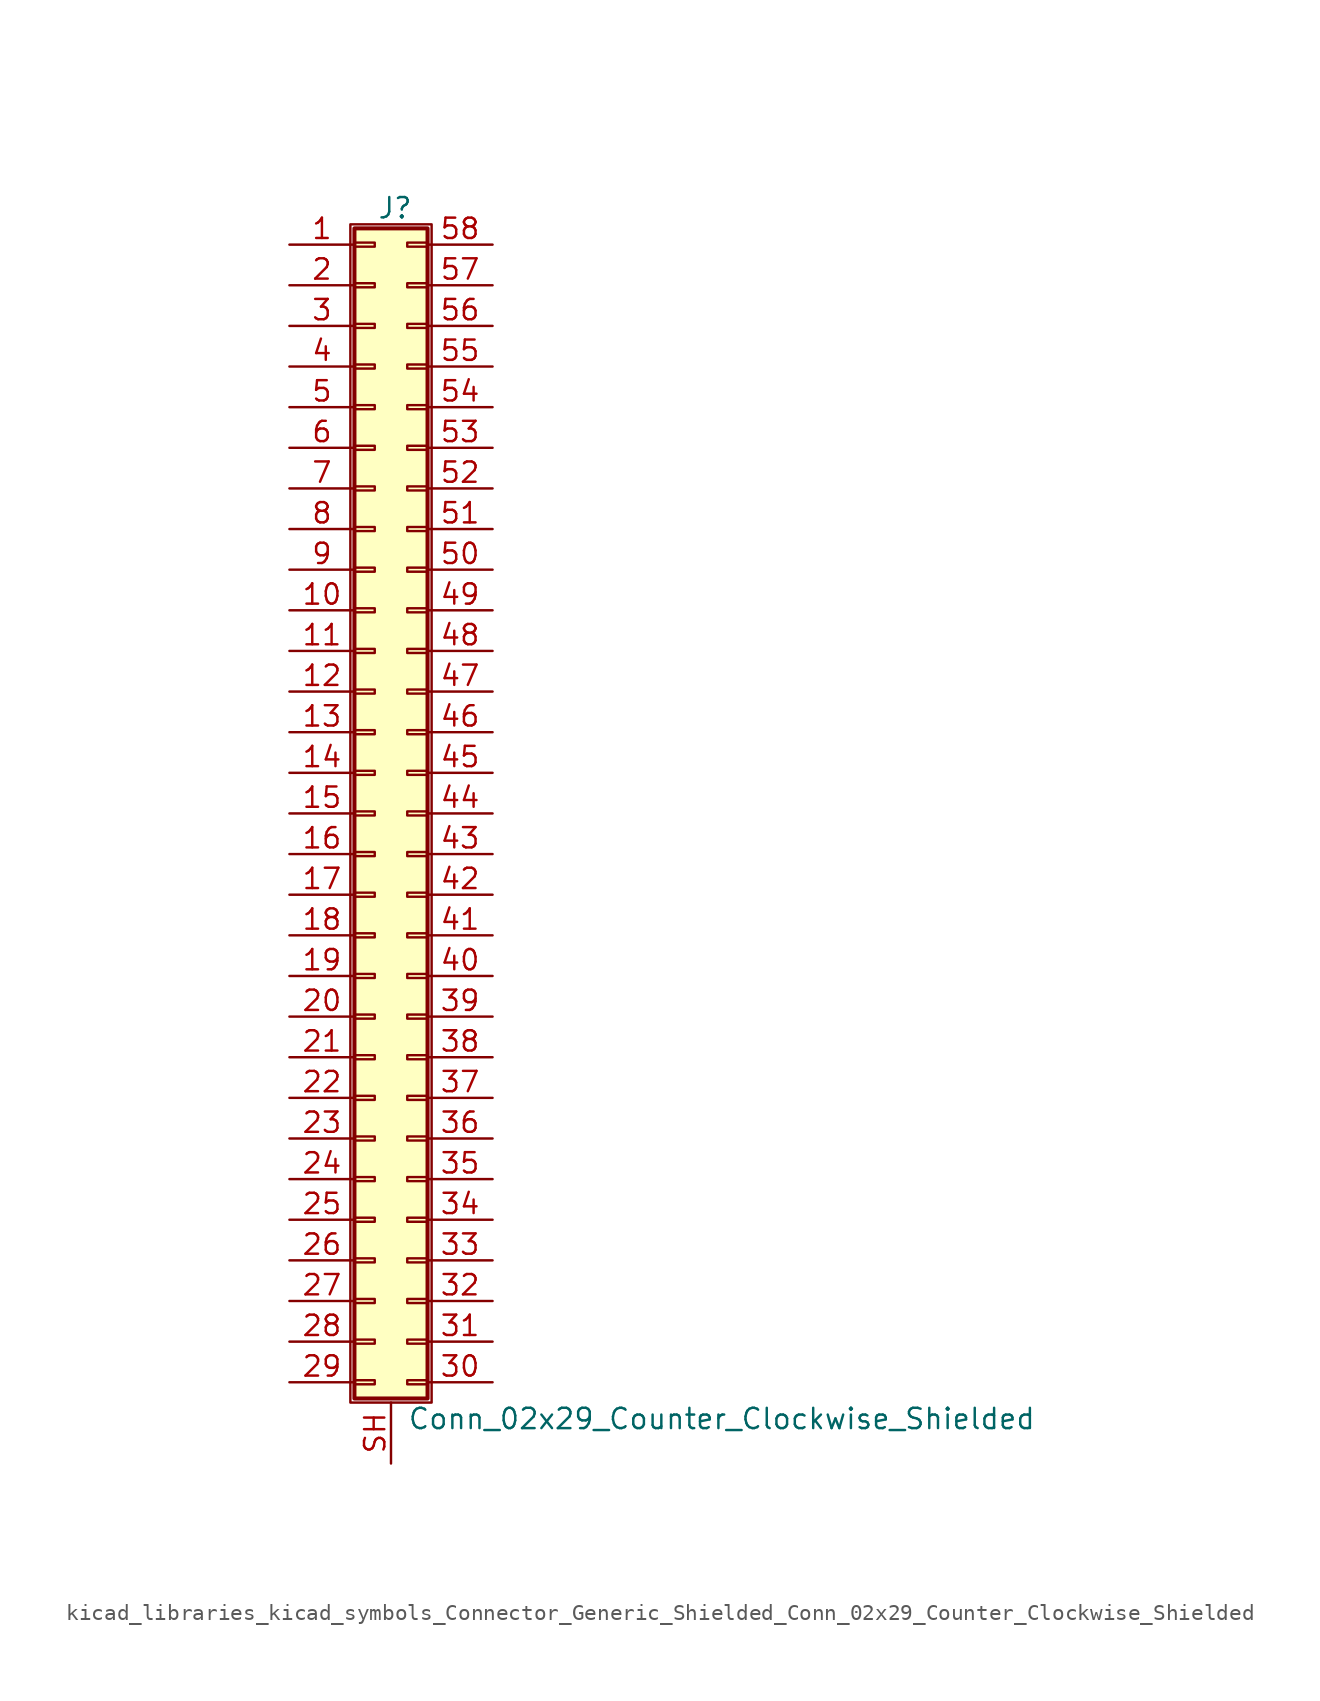
<source format=kicad_sym>
(kicad_symbol_lib
  (version 20220914)
  (generator kicad_symbol_editor)
  (symbol "kicad_libraries_kicad_symbols_Connector_Generic_Shielded_Conn_02x29_Counter_Clockwise_Shielded"
    (pin_names
      (offset 1.016) hide)
    (property "Reference" "J"
      (at 1.524 37.846 0)
      (effects (font (size 1.27 1.27))))
    (property "Value" "Conn_02x29_Counter_Clockwise_Shielded"
      (at 2.286 -37.846 0)
      (effects (font (size 1.27 1.27)) (justify left)))
    (symbol "kicad_libraries_kicad_symbols_Connector_Generic_Shielded_Conn_02x29_Counter_Clockwise_Shielded_1_1"
      (rectangle (start -1.27 36.83) (end 3.81 -36.83) (stroke (width 0.152) (type default)) (fill (type none)))
      (rectangle (start -1.016 -35.433) (end 0.254 -35.687) (stroke (width 0.152) (type default)) (fill (type none)))
      (rectangle (start -1.016 -32.893) (end 0.254 -33.147) (stroke (width 0.152) (type default)) (fill (type none)))
      (rectangle (start -1.016 -30.353) (end 0.254 -30.607) (stroke (width 0.152) (type default)) (fill (type none)))
      (rectangle (start -1.016 -27.813) (end 0.254 -28.067) (stroke (width 0.152) (type default)) (fill (type none)))
      (rectangle (start -1.016 -25.273) (end 0.254 -25.527) (stroke (width 0.152) (type default)) (fill (type none)))
      (rectangle (start -1.016 -22.733) (end 0.254 -22.987) (stroke (width 0.152) (type default)) (fill (type none)))
      (rectangle (start -1.016 -20.193) (end 0.254 -20.447) (stroke (width 0.152) (type default)) (fill (type none)))
      (rectangle (start -1.016 -17.653) (end 0.254 -17.907) (stroke (width 0.152) (type default)) (fill (type none)))
      (rectangle (start -1.016 -15.113) (end 0.254 -15.367) (stroke (width 0.152) (type default)) (fill (type none)))
      (rectangle (start -1.016 -12.573) (end 0.254 -12.827) (stroke (width 0.152) (type default)) (fill (type none)))
      (rectangle (start -1.016 -10.033) (end 0.254 -10.287) (stroke (width 0.152) (type default)) (fill (type none)))
      (rectangle (start -1.016 -7.493) (end 0.254 -7.747) (stroke (width 0.152) (type default)) (fill (type none)))
      (rectangle (start -1.016 -4.953) (end 0.254 -5.207) (stroke (width 0.152) (type default)) (fill (type none)))
      (rectangle (start -1.016 -2.413) (end 0.254 -2.667) (stroke (width 0.152) (type default)) (fill (type none)))
      (rectangle (start -1.016 0.127) (end 0.254 -0.127) (stroke (width 0.152) (type default)) (fill (type none)))
      (rectangle (start -1.016 2.667) (end 0.254 2.413) (stroke (width 0.152) (type default)) (fill (type none)))
      (rectangle (start -1.016 5.207) (end 0.254 4.953) (stroke (width 0.152) (type default)) (fill (type none)))
      (rectangle (start -1.016 7.747) (end 0.254 7.493) (stroke (width 0.152) (type default)) (fill (type none)))
      (rectangle (start -1.016 10.287) (end 0.254 10.033) (stroke (width 0.152) (type default)) (fill (type none)))
      (rectangle (start -1.016 12.827) (end 0.254 12.573) (stroke (width 0.152) (type default)) (fill (type none)))
      (rectangle (start -1.016 15.367) (end 0.254 15.113) (stroke (width 0.152) (type default)) (fill (type none)))
      (rectangle (start -1.016 17.907) (end 0.254 17.653) (stroke (width 0.152) (type default)) (fill (type none)))
      (rectangle (start -1.016 20.447) (end 0.254 20.193) (stroke (width 0.152) (type default)) (fill (type none)))
      (rectangle (start -1.016 22.987) (end 0.254 22.733) (stroke (width 0.152) (type default)) (fill (type none)))
      (rectangle (start -1.016 25.527) (end 0.254 25.273) (stroke (width 0.152) (type default)) (fill (type none)))
      (rectangle (start -1.016 28.067) (end 0.254 27.813) (stroke (width 0.152) (type default)) (fill (type none)))
      (rectangle (start -1.016 30.607) (end 0.254 30.353) (stroke (width 0.152) (type default)) (fill (type none)))
      (rectangle (start -1.016 33.147) (end 0.254 32.893) (stroke (width 0.152) (type default)) (fill (type none)))
      (rectangle (start -1.016 35.687) (end 0.254 35.433) (stroke (width 0.152) (type default)) (fill (type none)))
      (rectangle (start -1.016 36.576) (end 3.556 -36.576) (stroke (width 0.254) (type default)) (fill (type background)))
      (rectangle (start 3.556 -35.433) (end 2.286 -35.687) (stroke (width 0.152) (type default)) (fill (type none)))
      (rectangle (start 3.556 -32.893) (end 2.286 -33.147) (stroke (width 0.152) (type default)) (fill (type none)))
      (rectangle (start 3.556 -30.353) (end 2.286 -30.607) (stroke (width 0.152) (type default)) (fill (type none)))
      (rectangle (start 3.556 -27.813) (end 2.286 -28.067) (stroke (width 0.152) (type default)) (fill (type none)))
      (rectangle (start 3.556 -25.273) (end 2.286 -25.527) (stroke (width 0.152) (type default)) (fill (type none)))
      (rectangle (start 3.556 -22.733) (end 2.286 -22.987) (stroke (width 0.152) (type default)) (fill (type none)))
      (rectangle (start 3.556 -20.193) (end 2.286 -20.447) (stroke (width 0.152) (type default)) (fill (type none)))
      (rectangle (start 3.556 -17.653) (end 2.286 -17.907) (stroke (width 0.152) (type default)) (fill (type none)))
      (rectangle (start 3.556 -15.113) (end 2.286 -15.367) (stroke (width 0.152) (type default)) (fill (type none)))
      (rectangle (start 3.556 -12.573) (end 2.286 -12.827) (stroke (width 0.152) (type default)) (fill (type none)))
      (rectangle (start 3.556 -10.033) (end 2.286 -10.287) (stroke (width 0.152) (type default)) (fill (type none)))
      (rectangle (start 3.556 -7.493) (end 2.286 -7.747) (stroke (width 0.152) (type default)) (fill (type none)))
      (rectangle (start 3.556 -4.953) (end 2.286 -5.207) (stroke (width 0.152) (type default)) (fill (type none)))
      (rectangle (start 3.556 -2.413) (end 2.286 -2.667) (stroke (width 0.152) (type default)) (fill (type none)))
      (rectangle (start 3.556 0.127) (end 2.286 -0.127) (stroke (width 0.152) (type default)) (fill (type none)))
      (rectangle (start 3.556 2.667) (end 2.286 2.413) (stroke (width 0.152) (type default)) (fill (type none)))
      (rectangle (start 3.556 5.207) (end 2.286 4.953) (stroke (width 0.152) (type default)) (fill (type none)))
      (rectangle (start 3.556 7.747) (end 2.286 7.493) (stroke (width 0.152) (type default)) (fill (type none)))
      (rectangle (start 3.556 10.287) (end 2.286 10.033) (stroke (width 0.152) (type default)) (fill (type none)))
      (rectangle (start 3.556 12.827) (end 2.286 12.573) (stroke (width 0.152) (type default)) (fill (type none)))
      (rectangle (start 3.556 15.367) (end 2.286 15.113) (stroke (width 0.152) (type default)) (fill (type none)))
      (rectangle (start 3.556 17.907) (end 2.286 17.653) (stroke (width 0.152) (type default)) (fill (type none)))
      (rectangle (start 3.556 20.447) (end 2.286 20.193) (stroke (width 0.152) (type default)) (fill (type none)))
      (rectangle (start 3.556 22.987) (end 2.286 22.733) (stroke (width 0.152) (type default)) (fill (type none)))
      (rectangle (start 3.556 25.527) (end 2.286 25.273) (stroke (width 0.152) (type default)) (fill (type none)))
      (rectangle (start 3.556 28.067) (end 2.286 27.813) (stroke (width 0.152) (type default)) (fill (type none)))
      (rectangle (start 3.556 30.607) (end 2.286 30.353) (stroke (width 0.152) (type default)) (fill (type none)))
      (rectangle (start 3.556 33.147) (end 2.286 32.893) (stroke (width 0.152) (type default)) (fill (type none)))
      (rectangle (start 3.556 35.687) (end 2.286 35.433) (stroke (width 0.152) (type default)) (fill (type none)))
      (pin passive line (at -5.08 35.56 0) (length 4.064) (name "Pin_1" (effects (font (size 1.27 1.27)))) (number "1" (effects (font (size 1.27 1.27)))))
      (pin passive line (at -5.08 12.7 0) (length 4.064) (name "Pin_10" (effects (font (size 1.27 1.27)))) (number "10" (effects (font (size 1.27 1.27)))))
      (pin passive line (at -5.08 10.16 0) (length 4.064) (name "Pin_11" (effects (font (size 1.27 1.27)))) (number "11" (effects (font (size 1.27 1.27)))))
      (pin passive line (at -5.08 7.62 0) (length 4.064) (name "Pin_12" (effects (font (size 1.27 1.27)))) (number "12" (effects (font (size 1.27 1.27)))))
      (pin passive line (at -5.08 5.08 0) (length 4.064) (name "Pin_13" (effects (font (size 1.27 1.27)))) (number "13" (effects (font (size 1.27 1.27)))))
      (pin passive line (at -5.08 2.54 0) (length 4.064) (name "Pin_14" (effects (font (size 1.27 1.27)))) (number "14" (effects (font (size 1.27 1.27)))))
      (pin passive line (at -5.08 0 0) (length 4.064) (name "Pin_15" (effects (font (size 1.27 1.27)))) (number "15" (effects (font (size 1.27 1.27)))))
      (pin passive line (at -5.08 -2.54 0) (length 4.064) (name "Pin_16" (effects (font (size 1.27 1.27)))) (number "16" (effects (font (size 1.27 1.27)))))
      (pin passive line (at -5.08 -5.08 0) (length 4.064) (name "Pin_17" (effects (font (size 1.27 1.27)))) (number "17" (effects (font (size 1.27 1.27)))))
      (pin passive line (at -5.08 -7.62 0) (length 4.064) (name "Pin_18" (effects (font (size 1.27 1.27)))) (number "18" (effects (font (size 1.27 1.27)))))
      (pin passive line (at -5.08 -10.16 0) (length 4.064) (name "Pin_19" (effects (font (size 1.27 1.27)))) (number "19" (effects (font (size 1.27 1.27)))))
      (pin passive line (at -5.08 33.02 0) (length 4.064) (name "Pin_2" (effects (font (size 1.27 1.27)))) (number "2" (effects (font (size 1.27 1.27)))))
      (pin passive line (at -5.08 -12.7 0) (length 4.064) (name "Pin_20" (effects (font (size 1.27 1.27)))) (number "20" (effects (font (size 1.27 1.27)))))
      (pin passive line (at -5.08 -15.24 0) (length 4.064) (name "Pin_21" (effects (font (size 1.27 1.27)))) (number "21" (effects (font (size 1.27 1.27)))))
      (pin passive line (at -5.08 -17.78 0) (length 4.064) (name "Pin_22" (effects (font (size 1.27 1.27)))) (number "22" (effects (font (size 1.27 1.27)))))
      (pin passive line (at -5.08 -20.32 0) (length 4.064) (name "Pin_23" (effects (font (size 1.27 1.27)))) (number "23" (effects (font (size 1.27 1.27)))))
      (pin passive line (at -5.08 -22.86 0) (length 4.064) (name "Pin_24" (effects (font (size 1.27 1.27)))) (number "24" (effects (font (size 1.27 1.27)))))
      (pin passive line (at -5.08 -25.4 0) (length 4.064) (name "Pin_25" (effects (font (size 1.27 1.27)))) (number "25" (effects (font (size 1.27 1.27)))))
      (pin passive line (at -5.08 -27.94 0) (length 4.064) (name "Pin_26" (effects (font (size 1.27 1.27)))) (number "26" (effects (font (size 1.27 1.27)))))
      (pin passive line (at -5.08 -30.48 0) (length 4.064) (name "Pin_27" (effects (font (size 1.27 1.27)))) (number "27" (effects (font (size 1.27 1.27)))))
      (pin passive line (at -5.08 -33.02 0) (length 4.064) (name "Pin_28" (effects (font (size 1.27 1.27)))) (number "28" (effects (font (size 1.27 1.27)))))
      (pin passive line (at -5.08 -35.56 0) (length 4.064) (name "Pin_29" (effects (font (size 1.27 1.27)))) (number "29" (effects (font (size 1.27 1.27)))))
      (pin passive line (at -5.08 30.48 0) (length 4.064) (name "Pin_3" (effects (font (size 1.27 1.27)))) (number "3" (effects (font (size 1.27 1.27)))))
      (pin passive line (at 7.62 -35.56 180) (length 4.064) (name "Pin_30" (effects (font (size 1.27 1.27)))) (number "30" (effects (font (size 1.27 1.27)))))
      (pin passive line (at 7.62 -33.02 180) (length 4.064) (name "Pin_31" (effects (font (size 1.27 1.27)))) (number "31" (effects (font (size 1.27 1.27)))))
      (pin passive line (at 7.62 -30.48 180) (length 4.064) (name "Pin_32" (effects (font (size 1.27 1.27)))) (number "32" (effects (font (size 1.27 1.27)))))
      (pin passive line (at 7.62 -27.94 180) (length 4.064) (name "Pin_33" (effects (font (size 1.27 1.27)))) (number "33" (effects (font (size 1.27 1.27)))))
      (pin passive line (at 7.62 -25.4 180) (length 4.064) (name "Pin_34" (effects (font (size 1.27 1.27)))) (number "34" (effects (font (size 1.27 1.27)))))
      (pin passive line (at 7.62 -22.86 180) (length 4.064) (name "Pin_35" (effects (font (size 1.27 1.27)))) (number "35" (effects (font (size 1.27 1.27)))))
      (pin passive line (at 7.62 -20.32 180) (length 4.064) (name "Pin_36" (effects (font (size 1.27 1.27)))) (number "36" (effects (font (size 1.27 1.27)))))
      (pin passive line (at 7.62 -17.78 180) (length 4.064) (name "Pin_37" (effects (font (size 1.27 1.27)))) (number "37" (effects (font (size 1.27 1.27)))))
      (pin passive line (at 7.62 -15.24 180) (length 4.064) (name "Pin_38" (effects (font (size 1.27 1.27)))) (number "38" (effects (font (size 1.27 1.27)))))
      (pin passive line (at 7.62 -12.7 180) (length 4.064) (name "Pin_39" (effects (font (size 1.27 1.27)))) (number "39" (effects (font (size 1.27 1.27)))))
      (pin passive line (at -5.08 27.94 0) (length 4.064) (name "Pin_4" (effects (font (size 1.27 1.27)))) (number "4" (effects (font (size 1.27 1.27)))))
      (pin passive line (at 7.62 -10.16 180) (length 4.064) (name "Pin_40" (effects (font (size 1.27 1.27)))) (number "40" (effects (font (size 1.27 1.27)))))
      (pin passive line (at 7.62 -7.62 180) (length 4.064) (name "Pin_41" (effects (font (size 1.27 1.27)))) (number "41" (effects (font (size 1.27 1.27)))))
      (pin passive line (at 7.62 -5.08 180) (length 4.064) (name "Pin_42" (effects (font (size 1.27 1.27)))) (number "42" (effects (font (size 1.27 1.27)))))
      (pin passive line (at 7.62 -2.54 180) (length 4.064) (name "Pin_43" (effects (font (size 1.27 1.27)))) (number "43" (effects (font (size 1.27 1.27)))))
      (pin passive line (at 7.62 0 180) (length 4.064) (name "Pin_44" (effects (font (size 1.27 1.27)))) (number "44" (effects (font (size 1.27 1.27)))))
      (pin passive line (at 7.62 2.54 180) (length 4.064) (name "Pin_45" (effects (font (size 1.27 1.27)))) (number "45" (effects (font (size 1.27 1.27)))))
      (pin passive line (at 7.62 5.08 180) (length 4.064) (name "Pin_46" (effects (font (size 1.27 1.27)))) (number "46" (effects (font (size 1.27 1.27)))))
      (pin passive line (at 7.62 7.62 180) (length 4.064) (name "Pin_47" (effects (font (size 1.27 1.27)))) (number "47" (effects (font (size 1.27 1.27)))))
      (pin passive line (at 7.62 10.16 180) (length 4.064) (name "Pin_48" (effects (font (size 1.27 1.27)))) (number "48" (effects (font (size 1.27 1.27)))))
      (pin passive line (at 7.62 12.7 180) (length 4.064) (name "Pin_49" (effects (font (size 1.27 1.27)))) (number "49" (effects (font (size 1.27 1.27)))))
      (pin passive line (at -5.08 25.4 0) (length 4.064) (name "Pin_5" (effects (font (size 1.27 1.27)))) (number "5" (effects (font (size 1.27 1.27)))))
      (pin passive line (at 7.62 15.24 180) (length 4.064) (name "Pin_50" (effects (font (size 1.27 1.27)))) (number "50" (effects (font (size 1.27 1.27)))))
      (pin passive line (at 7.62 17.78 180) (length 4.064) (name "Pin_51" (effects (font (size 1.27 1.27)))) (number "51" (effects (font (size 1.27 1.27)))))
      (pin passive line (at 7.62 20.32 180) (length 4.064) (name "Pin_52" (effects (font (size 1.27 1.27)))) (number "52" (effects (font (size 1.27 1.27)))))
      (pin passive line (at 7.62 22.86 180) (length 4.064) (name "Pin_53" (effects (font (size 1.27 1.27)))) (number "53" (effects (font (size 1.27 1.27)))))
      (pin passive line (at 7.62 25.4 180) (length 4.064) (name "Pin_54" (effects (font (size 1.27 1.27)))) (number "54" (effects (font (size 1.27 1.27)))))
      (pin passive line (at 7.62 27.94 180) (length 4.064) (name "Pin_55" (effects (font (size 1.27 1.27)))) (number "55" (effects (font (size 1.27 1.27)))))
      (pin passive line (at 7.62 30.48 180) (length 4.064) (name "Pin_56" (effects (font (size 1.27 1.27)))) (number "56" (effects (font (size 1.27 1.27)))))
      (pin passive line (at 7.62 33.02 180) (length 4.064) (name "Pin_57" (effects (font (size 1.27 1.27)))) (number "57" (effects (font (size 1.27 1.27)))))
      (pin passive line (at 7.62 35.56 180) (length 4.064) (name "Pin_58" (effects (font (size 1.27 1.27)))) (number "58" (effects (font (size 1.27 1.27)))))
      (pin passive line (at -5.08 22.86 0) (length 4.064) (name "Pin_6" (effects (font (size 1.27 1.27)))) (number "6" (effects (font (size 1.27 1.27)))))
      (pin passive line (at -5.08 20.32 0) (length 4.064) (name "Pin_7" (effects (font (size 1.27 1.27)))) (number "7" (effects (font (size 1.27 1.27)))))
      (pin passive line (at -5.08 17.78 0) (length 4.064) (name "Pin_8" (effects (font (size 1.27 1.27)))) (number "8" (effects (font (size 1.27 1.27)))))
      (pin passive line (at -5.08 15.24 0) (length 4.064) (name "Pin_9" (effects (font (size 1.27 1.27)))) (number "9" (effects (font (size 1.27 1.27)))))
      (pin passive line (at 1.27 -40.64 90) (length 3.81) (name "Shield" (effects (font (size 1.27 1.27)))) (number "SH" (effects (font (size 1.27 1.27))))))))
</source>
